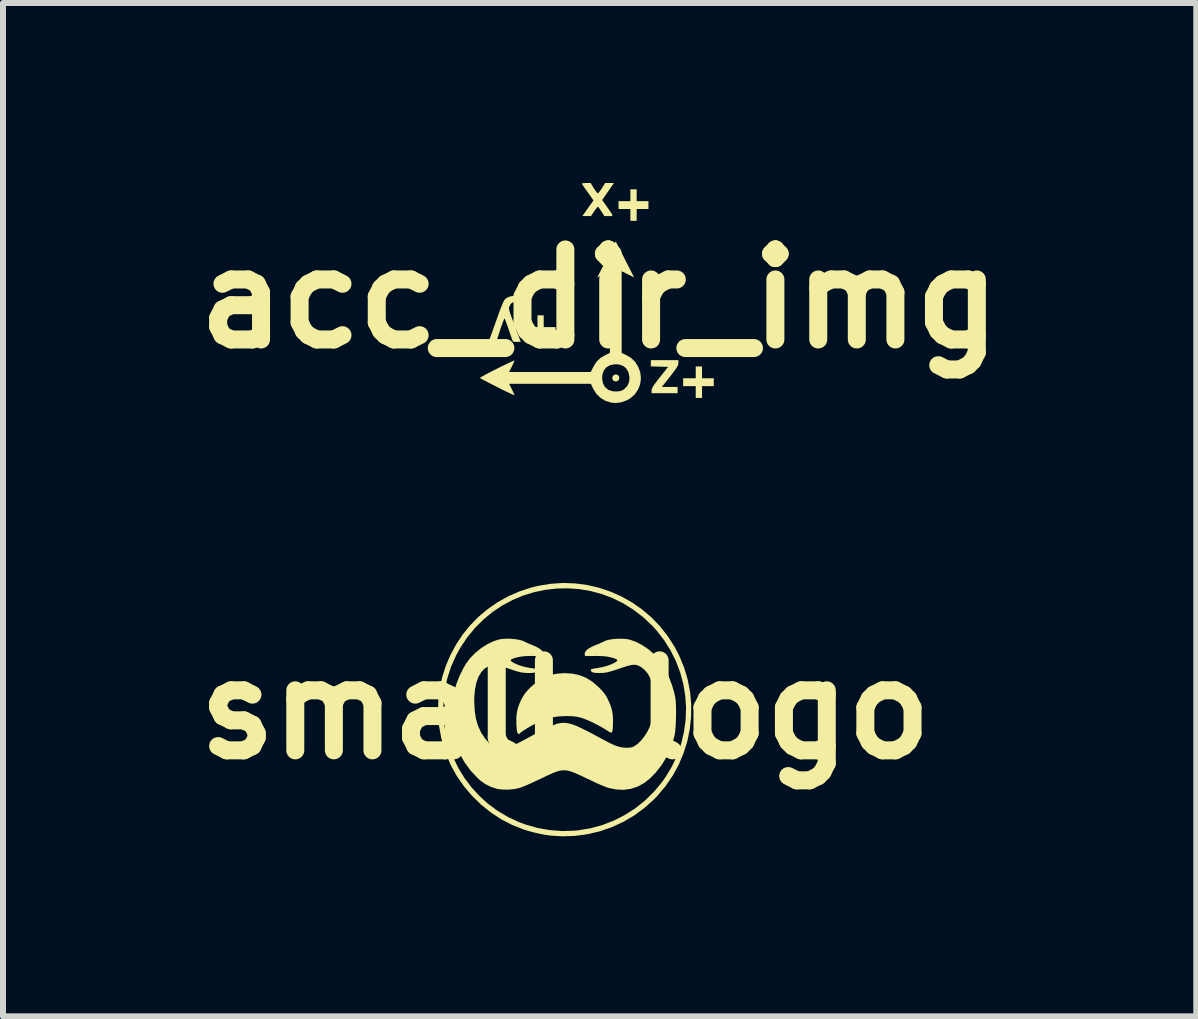
<source format=kicad_pcb>
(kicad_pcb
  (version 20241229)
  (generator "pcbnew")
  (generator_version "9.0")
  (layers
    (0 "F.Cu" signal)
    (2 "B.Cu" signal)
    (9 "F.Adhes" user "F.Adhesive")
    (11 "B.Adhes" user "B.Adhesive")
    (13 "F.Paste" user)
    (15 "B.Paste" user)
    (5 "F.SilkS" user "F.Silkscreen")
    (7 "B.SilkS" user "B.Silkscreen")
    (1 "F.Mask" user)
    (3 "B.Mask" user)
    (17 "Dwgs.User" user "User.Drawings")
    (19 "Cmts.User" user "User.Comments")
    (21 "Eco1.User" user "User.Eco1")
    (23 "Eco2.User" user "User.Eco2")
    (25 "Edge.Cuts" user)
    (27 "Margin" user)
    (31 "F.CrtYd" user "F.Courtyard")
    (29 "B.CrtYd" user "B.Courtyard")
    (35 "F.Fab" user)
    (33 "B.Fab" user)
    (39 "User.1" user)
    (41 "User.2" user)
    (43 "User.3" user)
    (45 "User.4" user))
  (footprint "small_logo"
    (layer "F.Cu")
    (at 6.371 8.776)
    (property "Reference" "small_logo" (at 0 0 0) (layer "F.SilkS") (effects (font (size 1.5 1.5) (thickness 0.3))))
    (attr board_only exclude_from_pos_files exclude_from_bom)
    (fp_poly (pts (xy 0.119 -0.6) (xy 0.238 -0.574) (xy 0.348 -0.529) (xy 0.451 -0.465) (xy 0.551 -0.379) (xy 0.559 -0.371) (xy 0.607 -0.322) (xy 0.643 -0.28) (xy 0.671 -0.24) (xy 0.698 -0.194) (xy 0.71 -0.169) (xy 0.75 -0.081) (xy 0.776 0.003) (xy 0.791 0.089) (xy 0.795 0.185) (xy 0.794 0.23) (xy 0.792 0.296) (xy 0.788 0.342) (xy 0.781 0.37) (xy 0.769 0.382) (xy 0.75 0.38) (xy 0.722 0.365) (xy 0.686 0.341) (xy 0.619 0.3) (xy 0.543 0.258) (xy 0.463 0.217) (xy 0.384 0.181) (xy 0.312 0.152) (xy 0.252 0.132) (xy 0.249 0.131) (xy 0.193 0.119) (xy 0.135 0.111) (xy 0.065 0.108) (xy 0.022 0.107) (xy -0.107 0.112) (xy -0.225 0.13) (xy -0.338 0.162) (xy -0.454 0.211) (xy -0.48 0.224) (xy -0.533 0.252) (xy -0.588 0.282) (xy -0.641 0.313) (xy -0.688 0.343) (xy -0.726 0.368) (xy -0.749 0.387) (xy -0.755 0.394) (xy -0.77 0.408) (xy -0.787 0.4) (xy -0.798 0.384) (xy -0.805 0.362) (xy -0.81 0.323) (xy -0.814 0.271) (xy -0.816 0.23) (xy -0.816 0.127) (xy -0.806 0.038) (xy -0.785 -0.046) (xy -0.751 -0.131) (xy -0.733 -0.169) (xy -0.706 -0.219) (xy -0.679 -0.261) (xy -0.647 -0.301) (xy -0.606 -0.346) (xy -0.581 -0.371) (xy -0.482 -0.458) (xy -0.379 -0.524) (xy -0.27 -0.571) (xy -0.152 -0.598) (xy -0.023 -0.608) (xy -0.011 -0.608)) (stroke (width 0) (type solid)) (fill yes) (layer "F.SilkS"))
    (fp_poly (pts (xy 0.161 -2.104) (xy 0.364 -2.077) (xy 0.563 -2.031) (xy 0.755 -1.966) (xy 0.941 -1.883) (xy 1.118 -1.783) (xy 1.284 -1.666) (xy 1.44 -1.533) (xy 1.582 -1.384) (xy 1.71 -1.221) (xy 1.823 -1.044) (xy 1.9 -0.895) (xy 1.981 -0.697) (xy 2.041 -0.495) (xy 2.08 -0.29) (xy 2.098 -0.084) (xy 2.096 0.122) (xy 2.074 0.327) (xy 2.033 0.528) (xy 1.971 0.724) (xy 1.891 0.915) (xy 1.791 1.098) (xy 1.673 1.271) (xy 1.536 1.434) (xy 1.481 1.492) (xy 1.321 1.636) (xy 1.15 1.762) (xy 0.967 1.87) (xy 0.776 1.958) (xy 0.577 2.027) (xy 0.372 2.076) (xy 0.161 2.104) (xy -0.053 2.111) (xy -0.243 2.099) (xy -0.326 2.088) (xy -0.421 2.07) (xy -0.521 2.047) (xy -0.618 2.021) (xy -0.69 1.999) (xy -0.883 1.923) (xy -1.067 1.828) (xy -1.241 1.714) (xy -1.403 1.584) (xy -1.552 1.439) (xy -1.687 1.281) (xy -1.806 1.11) (xy -1.907 0.929) (xy -1.989 0.739) (xy -2.01 0.679) (xy -2.068 0.472) (xy -2.105 0.266) (xy -2.121 0.06) (xy -2.121 0.054) (xy -2.034 0.054) (xy -2.019 0.247) (xy -1.985 0.437) (xy -1.934 0.622) (xy -1.866 0.802) (xy -1.781 0.975) (xy -1.68 1.14) (xy -1.563 1.295) (xy -1.432 1.438) (xy -1.286 1.57) (xy -1.127 1.687) (xy -0.954 1.79) (xy -0.768 1.876) (xy -0.671 1.912) (xy -0.469 1.97) (xy -0.263 2.007) (xy -0.055 2.023) (xy 0.153 2.017) (xy 0.208 2.012) (xy 0.414 1.978) (xy 0.615 1.924) (xy 0.807 1.85) (xy 0.991 1.756) (xy 1.165 1.645) (xy 1.326 1.516) (xy 1.475 1.371) (xy 1.609 1.21) (xy 1.674 1.118) (xy 1.78 0.94) (xy 1.866 0.754) (xy 1.932 0.563) (xy 1.978 0.367) (xy 2.005 0.169) (xy 2.012 -0.03) (xy 1.999 -0.228) (xy 1.967 -0.424) (xy 1.915 -0.617) (xy 1.845 -0.804) (xy 1.755 -0.985) (xy 1.647 -1.157) (xy 1.52 -1.32) (xy 1.45 -1.397) (xy 1.297 -1.541) (xy 1.134 -1.666) (xy 0.964 -1.772) (xy 0.787 -1.859) (xy 0.606 -1.927) (xy 0.42 -1.977) (xy 0.231 -2.009) (xy 0.042 -2.022) (xy -0.148 -2.018) (xy -0.336 -1.996) (xy -0.522 -1.957) (xy -0.703 -1.901) (xy -0.879 -1.827) (xy -1.048 -1.737) (xy -1.209 -1.63) (xy -1.36 -1.506) (xy -1.501 -1.366) (xy -1.63 -1.211) (xy -1.745 -1.039) (xy -1.818 -0.908) (xy -1.902 -0.721) (xy -1.965 -0.529) (xy -2.008 -0.335) (xy -2.03 -0.141) (xy -2.034 0.054) (xy -2.121 0.054) (xy -2.117 -0.144) (xy -2.094 -0.344) (xy -2.052 -0.54) (xy -1.992 -0.729) (xy -1.914 -0.912) (xy -1.82 -1.086) (xy -1.711 -1.251) (xy -1.586 -1.405) (xy -1.446 -1.548) (xy -1.292 -1.677) (xy -1.126 -1.792) (xy -0.947 -1.891) (xy -0.755 -1.974) (xy -0.553 -2.039) (xy -0.463 -2.061) (xy -0.254 -2.096) (xy -0.046 -2.111)) (stroke (width 0) (type solid)) (fill yes) (layer "F.SilkS"))
    (fp_poly (pts (xy -0.905 -1.181) (xy -0.829 -1.174) (xy -0.761 -1.162) (xy -0.705 -1.146) (xy -0.677 -1.132) (xy -0.655 -1.121) (xy -0.619 -1.105) (xy -0.577 -1.087) (xy -0.569 -1.084) (xy -0.489 -1.05) (xy -0.429 -1.017) (xy -0.39 -0.984) (xy -0.369 -0.95) (xy -0.366 -0.914) (xy -0.367 -0.91) (xy -0.37 -0.902) (xy -0.379 -0.897) (xy -0.396 -0.893) (xy -0.426 -0.893) (xy -0.473 -0.893) (xy -0.509 -0.894) (xy -0.573 -0.895) (xy -0.639 -0.893) (xy -0.698 -0.889) (xy -0.735 -0.885) (xy -0.789 -0.875) (xy -0.837 -0.862) (xy -0.877 -0.848) (xy -0.904 -0.834) (xy -0.913 -0.822) (xy -0.913 -0.819) (xy -0.89 -0.797) (xy -0.849 -0.773) (xy -0.796 -0.75) (xy -0.734 -0.728) (xy -0.668 -0.71) (xy -0.602 -0.697) (xy -0.601 -0.697) (xy -0.545 -0.689) (xy -0.508 -0.682) (xy -0.485 -0.677) (xy -0.474 -0.671) (xy -0.47 -0.663) (xy -0.47 -0.652) (xy -0.47 -0.65) (xy -0.482 -0.63) (xy -0.514 -0.617) (xy -0.567 -0.611) (xy -0.641 -0.611) (xy -0.659 -0.612) (xy -0.7 -0.615) (xy -0.741 -0.622) (xy -0.787 -0.633) (xy -0.844 -0.65) (xy -0.915 -0.674) (xy -0.93 -0.679) (xy -1.012 -0.706) (xy -1.077 -0.726) (xy -1.127 -0.74) (xy -1.167 -0.747) (xy -1.2 -0.748) (xy -1.228 -0.744) (xy -1.256 -0.735) (xy -1.269 -0.73) (xy -1.341 -0.687) (xy -1.4 -0.626) (xy -1.447 -0.547) (xy -1.483 -0.449) (xy -1.506 -0.334) (xy -1.517 -0.201) (xy -1.518 -0.138) (xy -1.51 0.016) (xy -1.489 0.154) (xy -1.452 0.277) (xy -1.401 0.386) (xy -1.335 0.484) (xy -1.282 0.543) (xy -1.229 0.589) (xy -1.176 0.618) (xy -1.117 0.632) (xy -1.056 0.635) (xy -1.009 0.632) (xy -0.961 0.624) (xy -0.91 0.61) (xy -0.852 0.588) (xy -0.785 0.557) (xy -0.705 0.515) (xy -0.629 0.474) (xy -0.536 0.423) (xy -0.445 0.376) (xy -0.361 0.333) (xy -0.284 0.296) (xy -0.218 0.266) (xy -0.166 0.245) (xy -0.131 0.233) (xy -0.068 0.222) (xy -0.009 0.22) (xy 0.052 0.228) (xy 0.118 0.246) (xy 0.194 0.275) (xy 0.282 0.316) (xy 0.346 0.348) (xy 0.422 0.387) (xy 0.499 0.428) (xy 0.57 0.466) (xy 0.584 0.474) (xy 0.677 0.524) (xy 0.754 0.563) (xy 0.819 0.593) (xy 0.876 0.613) (xy 0.926 0.626) (xy 0.973 0.633) (xy 1.012 0.635) (xy 1.063 0.634) (xy 1.1 0.629) (xy 1.131 0.619) (xy 1.148 0.61) (xy 1.206 0.57) (xy 1.264 0.513) (xy 1.32 0.442) (xy 1.37 0.362) (xy 1.406 0.287) (xy 1.435 0.2) (xy 1.456 0.098) (xy 1.469 -0.012) (xy 1.474 -0.127) (xy 1.47 -0.242) (xy 1.459 -0.351) (xy 1.44 -0.449) (xy 1.412 -0.533) (xy 1.41 -0.537) (xy 1.374 -0.6) (xy 1.325 -0.658) (xy 1.269 -0.705) (xy 1.225 -0.73) (xy 1.196 -0.741) (xy 1.168 -0.747) (xy 1.138 -0.748) (xy 1.102 -0.744) (xy 1.057 -0.733) (xy 0.999 -0.716) (xy 0.925 -0.692) (xy 0.886 -0.679) (xy 0.811 -0.654) (xy 0.752 -0.636) (xy 0.704 -0.624) (xy 0.663 -0.616) (xy 0.623 -0.612) (xy 0.615 -0.612) (xy 0.537 -0.61) (xy 0.479 -0.615) (xy 0.443 -0.627) (xy 0.427 -0.645) (xy 0.426 -0.65) (xy 0.425 -0.662) (xy 0.428 -0.67) (xy 0.439 -0.676) (xy 0.46 -0.681) (xy 0.495 -0.688) (xy 0.548 -0.696) (xy 0.557 -0.697) (xy 0.623 -0.71) (xy 0.689 -0.728) (xy 0.751 -0.749) (xy 0.804 -0.773) (xy 0.845 -0.796) (xy 0.868 -0.818) (xy 0.868 -0.819) (xy 0.864 -0.83) (xy 0.842 -0.844) (xy 0.806 -0.858) (xy 0.76 -0.871) (xy 0.707 -0.882) (xy 0.691 -0.885) (xy 0.643 -0.89) (xy 0.582 -0.893) (xy 0.516 -0.895) (xy 0.465 -0.894) (xy 0.407 -0.893) (xy 0.368 -0.893) (xy 0.344 -0.894) (xy 0.33 -0.898) (xy 0.324 -0.905) (xy 0.323 -0.91) (xy 0.324 -0.946) (xy 0.343 -0.98) (xy 0.38 -1.013) (xy 0.438 -1.047) (xy 0.516 -1.081) (xy 0.525 -1.084) (xy 0.568 -1.101) (xy 0.605 -1.118) (xy 0.63 -1.13) (xy 0.633 -1.132) (xy 0.677 -1.152) (xy 0.738 -1.167) (xy 0.809 -1.177) (xy 0.885 -1.182) (xy 0.961 -1.182) (xy 1.031 -1.175) (xy 1.072 -1.167) (xy 1.176 -1.13) (xy 1.281 -1.076) (xy 1.383 -1.007) (xy 1.477 -0.927) (xy 1.559 -0.839) (xy 1.609 -0.769) (xy 1.671 -0.66) (xy 1.728 -0.539) (xy 1.777 -0.412) (xy 1.814 -0.288) (xy 1.832 -0.205) (xy 1.839 -0.15) (xy 1.843 -0.079) (xy 1.845 0.003) (xy 1.845 0.091) (xy 1.843 0.18) (xy 1.839 0.266) (xy 1.833 0.343) (xy 1.825 0.406) (xy 1.819 0.437) (xy 1.769 0.607) (xy 1.7 0.766) (xy 1.611 0.915) (xy 1.504 1.052) (xy 1.415 1.143) (xy 1.316 1.222) (xy 1.209 1.281) (xy 1.095 1.319) (xy 0.976 1.336) (xy 0.851 1.331) (xy 0.721 1.305) (xy 0.719 1.305) (xy 0.686 1.293) (xy 0.637 1.274) (xy 0.575 1.248) (xy 0.506 1.217) (xy 0.432 1.182) (xy 0.376 1.156) (xy 0.282 1.111) (xy 0.205 1.075) (xy 0.141 1.048) (xy 0.088 1.029) (xy 0.043 1.017) (xy 0.004 1.011) (xy -0.034 1.011) (xy -0.072 1.014) (xy -0.091 1.017) (xy -0.124 1.026) (xy -0.169 1.041) (xy -0.226 1.065) (xy -0.299 1.098) (xy -0.389 1.141) (xy -0.42 1.156) (xy -0.495 1.191) (xy -0.569 1.225) (xy -0.636 1.255) (xy -0.695 1.28) (xy -0.74 1.297) (xy -0.763 1.305) (xy -0.851 1.324) (xy -0.946 1.333) (xy -1.04 1.333) (xy -1.125 1.323) (xy -1.147 1.317) (xy -1.246 1.285) (xy -1.333 1.241) (xy -1.417 1.181) (xy -1.46 1.142) (xy -1.58 1.014) (xy -1.682 0.874) (xy -1.766 0.723) (xy -1.83 0.56) (xy -1.864 0.437) (xy -1.872 0.385) (xy -1.879 0.317) (xy -1.885 0.236) (xy -1.888 0.148) (xy -1.889 0.059) (xy -1.889 -0.028) (xy -1.886 -0.106) (xy -1.881 -0.172) (xy -1.876 -0.205) (xy -1.849 -0.323) (xy -1.808 -0.448) (xy -1.757 -0.574) (xy -1.698 -0.693) (xy -1.653 -0.769) (xy -1.584 -0.861) (xy -1.499 -0.947) (xy -1.403 -1.025) (xy -1.3 -1.091) (xy -1.194 -1.141) (xy -1.116 -1.167) (xy -1.053 -1.178) (xy -0.981 -1.183)) (stroke (width 0) (type solid)) (fill yes) (layer "F.SilkS")))
  (footprint "acc_dir_img"
    (layer "F.Cu")
    (at 6.943 1.929)
    (property "Reference" "acc_dir_img" (at 0 0 0) (layer "F.SilkS") (effects (font (size 1.5 1.5) (thickness 0.3))))
    (attr board_only exclude_from_pos_files exclude_from_bom)
    (fp_poly (pts (xy 0.305 1.271) (xy 0.326 1.3) (xy 0.328 1.319) (xy 0.317 1.355) (xy 0.287 1.375) (xy 0.269 1.378) (xy 0.239 1.37) (xy 0.226 1.362) (xy 0.21 1.33) (xy 0.214 1.297) (xy 0.235 1.271) (xy 0.268 1.26) (xy 0.269 1.26)) (stroke (width 0) (type solid)) (fill yes) (layer "F.SilkS"))
    (fp_poly (pts (xy -0.932 0.374) (xy -0.932 0.472) (xy -0.833 0.472) (xy -0.735 0.472) (xy -0.735 0.538) (xy -0.735 0.604) (xy -0.833 0.604) (xy -0.932 0.604) (xy -0.932 0.702) (xy -0.932 0.8) (xy -0.984 0.8) (xy -1.036 0.8) (xy -1.036 0.702) (xy -1.036 0.604) (xy -1.135 0.604) (xy -1.233 0.604) (xy -1.233 0.538) (xy -1.233 0.472) (xy -1.135 0.472) (xy -1.036 0.472) (xy -1.036 0.374) (xy -1.036 0.276) (xy -0.984 0.276) (xy -0.932 0.276)) (stroke (width 0) (type solid)) (fill yes) (layer "F.SilkS"))
    (fp_poly (pts (xy 0.617 -1.725) (xy 0.617 -1.627) (xy 0.715 -1.627) (xy 0.813 -1.627) (xy 0.813 -1.561) (xy 0.813 -1.496) (xy 0.715 -1.496) (xy 0.617 -1.496) (xy 0.617 -1.397) (xy 0.617 -1.299) (xy 0.564 -1.299) (xy 0.512 -1.299) (xy 0.512 -1.397) (xy 0.512 -1.496) (xy 0.413 -1.496) (xy 0.315 -1.496) (xy 0.315 -1.561) (xy 0.315 -1.627) (xy 0.413 -1.627) (xy 0.512 -1.627) (xy 0.512 -1.725) (xy 0.512 -1.824) (xy 0.564 -1.824) (xy 0.617 -1.824)) (stroke (width 0) (type solid)) (fill yes) (layer "F.SilkS"))
    (fp_poly (pts (xy 1.706 1.227) (xy 1.706 1.325) (xy 1.804 1.325) (xy 1.902 1.325) (xy 1.902 1.391) (xy 1.902 1.456) (xy 1.804 1.456) (xy 1.706 1.456) (xy 1.706 1.555) (xy 1.706 1.653) (xy 1.653 1.653) (xy 1.601 1.653) (xy 1.601 1.555) (xy 1.601 1.456) (xy 1.496 1.456) (xy 1.391 1.456) (xy 1.391 1.391) (xy 1.391 1.325) (xy 1.496 1.325) (xy 1.601 1.325) (xy 1.601 1.227) (xy 1.601 1.128) (xy 1.653 1.128) (xy 1.706 1.128)) (stroke (width 0) (type solid)) (fill yes) (layer "F.SilkS"))
    (fp_poly (pts (xy 1.312 1.071) (xy 1.31 1.092) (xy 1.302 1.115) (xy 1.286 1.144) (xy 1.26 1.182) (xy 1.221 1.234) (xy 1.175 1.294) (xy 1.037 1.469) (xy 1.168 1.469) (xy 1.299 1.469) (xy 1.299 1.522) (xy 1.299 1.574) (xy 1.082 1.574) (xy 0.866 1.574) (xy 0.866 1.528) (xy 0.868 1.508) (xy 0.877 1.485) (xy 0.894 1.454) (xy 0.922 1.414) (xy 0.963 1.36) (xy 1.003 1.309) (xy 1.141 1.135) (xy 0.997 1.131) (xy 0.853 1.127) (xy 0.853 1.075) (xy 0.853 1.023) (xy 1.082 1.023) (xy 1.312 1.023)) (stroke (width 0) (type solid)) (fill yes) (layer "F.SilkS"))
    (fp_poly (pts (xy -0.098 -1.843) (xy -0.071 -1.803) (xy -0.048 -1.772) (xy -0.032 -1.758) (xy -0.031 -1.758) (xy -0.017 -1.768) (xy 0.006 -1.796) (xy 0.033 -1.835) (xy 0.038 -1.843) (xy 0.092 -1.929) (xy 0.165 -1.929) (xy 0.238 -1.929) (xy 0.14 -1.787) (xy 0.042 -1.646) (xy 0.12 -1.535) (xy 0.164 -1.473) (xy 0.193 -1.43) (xy 0.209 -1.403) (xy 0.212 -1.387) (xy 0.203 -1.379) (xy 0.183 -1.377) (xy 0.152 -1.378) (xy 0.151 -1.378) (xy 0.078 -1.378) (xy 0.029 -1.456) (xy 0.004 -1.495) (xy -0.017 -1.523) (xy -0.029 -1.535) (xy -0.029 -1.535) (xy -0.04 -1.525) (xy -0.062 -1.498) (xy -0.089 -1.461) (xy -0.092 -1.456) (xy -0.145 -1.378) (xy -0.217 -1.378) (xy -0.288 -1.378) (xy -0.196 -1.509) (xy -0.103 -1.639) (xy -0.194 -1.768) (xy -0.23 -1.819) (xy -0.261 -1.864) (xy -0.283 -1.896) (xy -0.294 -1.912) (xy -0.293 -1.922) (xy -0.273 -1.927) (xy -0.231 -1.929) (xy -0.227 -1.929) (xy -0.15 -1.929)) (stroke (width 0) (type solid)) (fill yes) (layer "F.SilkS"))
    (fp_poly (pts (xy -1.403 -0.045) (xy -1.385 -0.04) (xy -1.36 -0.023) (xy -1.351 0.007) (xy -1.351 0.013) (xy -1.354 0.039) (xy -1.365 0.05) (xy -1.394 0.052) (xy -1.402 0.052) (xy -1.449 0.061) (xy -1.483 0.087) (xy -1.507 0.134) (xy -1.511 0.149) (xy -1.51 0.168) (xy -1.505 0.196) (xy -1.493 0.235) (xy -1.475 0.288) (xy -1.449 0.36) (xy -1.418 0.443) (xy -1.315 0.715) (xy -1.374 0.719) (xy -1.412 0.719) (xy -1.438 0.715) (xy -1.443 0.713) (xy -1.451 0.697) (xy -1.464 0.661) (xy -1.483 0.609) (xy -1.504 0.547) (xy -1.515 0.515) (xy -1.537 0.45) (xy -1.557 0.395) (xy -1.573 0.353) (xy -1.583 0.331) (xy -1.586 0.328) (xy -1.593 0.34) (xy -1.606 0.372) (xy -1.624 0.422) (xy -1.646 0.483) (xy -1.66 0.525) (xy -1.724 0.722) (xy -1.788 0.722) (xy -1.826 0.72) (xy -1.844 0.715) (xy -1.846 0.704) (xy -1.844 0.699) (xy -1.837 0.68) (xy -1.823 0.641) (xy -1.802 0.584) (xy -1.777 0.514) (xy -1.748 0.434) (xy -1.729 0.38) (xy -1.692 0.277) (xy -1.663 0.196) (xy -1.639 0.133) (xy -1.62 0.087) (xy -1.605 0.053) (xy -1.592 0.029) (xy -1.579 0.011) (xy -1.566 -0.002) (xy -1.555 -0.01) (xy -1.511 -0.033) (xy -1.456 -0.046)) (stroke (width 0) (type solid)) (fill yes) (layer "F.SilkS"))
    (fp_poly (pts (xy 0.274 -0.943) (xy 0.291 -0.911) (xy 0.317 -0.861) (xy 0.35 -0.797) (xy 0.388 -0.723) (xy 0.423 -0.653) (xy 0.575 -0.355) (xy 0.471 -0.407) (xy 0.367 -0.459) (xy 0.367 0.222) (xy 0.367 0.903) (xy 0.437 0.935) (xy 0.523 0.985) (xy 0.59 1.049) (xy 0.642 1.132) (xy 0.644 1.135) (xy 0.678 1.231) (xy 0.688 1.329) (xy 0.675 1.424) (xy 0.64 1.513) (xy 0.586 1.593) (xy 0.512 1.658) (xy 0.455 1.691) (xy 0.36 1.726) (xy 0.267 1.737) (xy 0.194 1.731) (xy 0.1 1.703) (xy 0.015 1.652) (xy -0.057 1.581) (xy -0.112 1.492) (xy -0.114 1.486) (xy -0.146 1.417) (xy -0.828 1.417) (xy -1.509 1.417) (xy -1.462 1.51) (xy -1.441 1.554) (xy -1.426 1.588) (xy -1.419 1.605) (xy -1.419 1.606) (xy -1.433 1.603) (xy -1.466 1.589) (xy -1.514 1.566) (xy -1.574 1.538) (xy -1.641 1.505) (xy -1.712 1.469) (xy -1.782 1.433) (xy -1.849 1.399) (xy -1.907 1.369) (xy -1.953 1.344) (xy -1.962 1.339) (xy 0.042 1.339) (xy 0.058 1.417) (xy 0.094 1.477) (xy 0.147 1.519) (xy 0.217 1.542) (xy 0.284 1.545) (xy 0.339 1.539) (xy 0.379 1.525) (xy 0.41 1.506) (xy 0.461 1.453) (xy 0.49 1.389) (xy 0.497 1.311) (xy 0.496 1.298) (xy 0.479 1.221) (xy 0.443 1.16) (xy 0.389 1.117) (xy 0.32 1.094) (xy 0.249 1.092) (xy 0.171 1.108) (xy 0.11 1.144) (xy 0.068 1.198) (xy 0.045 1.268) (xy 0.042 1.339) (xy -1.962 1.339) (xy -1.984 1.326) (xy -1.994 1.318) (xy -1.983 1.309) (xy -1.952 1.291) (xy -1.906 1.265) (xy -1.847 1.235) (xy -1.781 1.2) (xy -1.71 1.165) (xy -1.639 1.129) (xy -1.572 1.097) (xy -1.513 1.068) (xy -1.465 1.046) (xy -1.433 1.033) (xy -1.42 1.029) (xy -1.423 1.042) (xy -1.436 1.073) (xy -1.456 1.114) (xy -1.462 1.127) (xy -1.509 1.22) (xy -0.829 1.22) (xy -0.148 1.22) (xy -0.106 1.136) (xy -0.055 1.052) (xy 0.011 0.988) (xy 0.096 0.937) (xy 0.101 0.935) (xy 0.171 0.903) (xy 0.171 0.222) (xy 0.171 -0.459) (xy 0.065 -0.407) (xy -0.04 -0.354) (xy 0.112 -0.657) (xy 0.153 -0.739) (xy 0.19 -0.811) (xy 0.222 -0.872) (xy 0.246 -0.919) (xy 0.262 -0.948) (xy 0.268 -0.956)) (stroke (width 0) (type solid)) (fill yes) (layer "F.SilkS")))
  (gr_rect
    (start -3 -3)
    (end 16.886 13.887)
    (stroke (width 0.1) (type default))
    (fill no)
    (layer "Edge.Cuts")))
</source>
